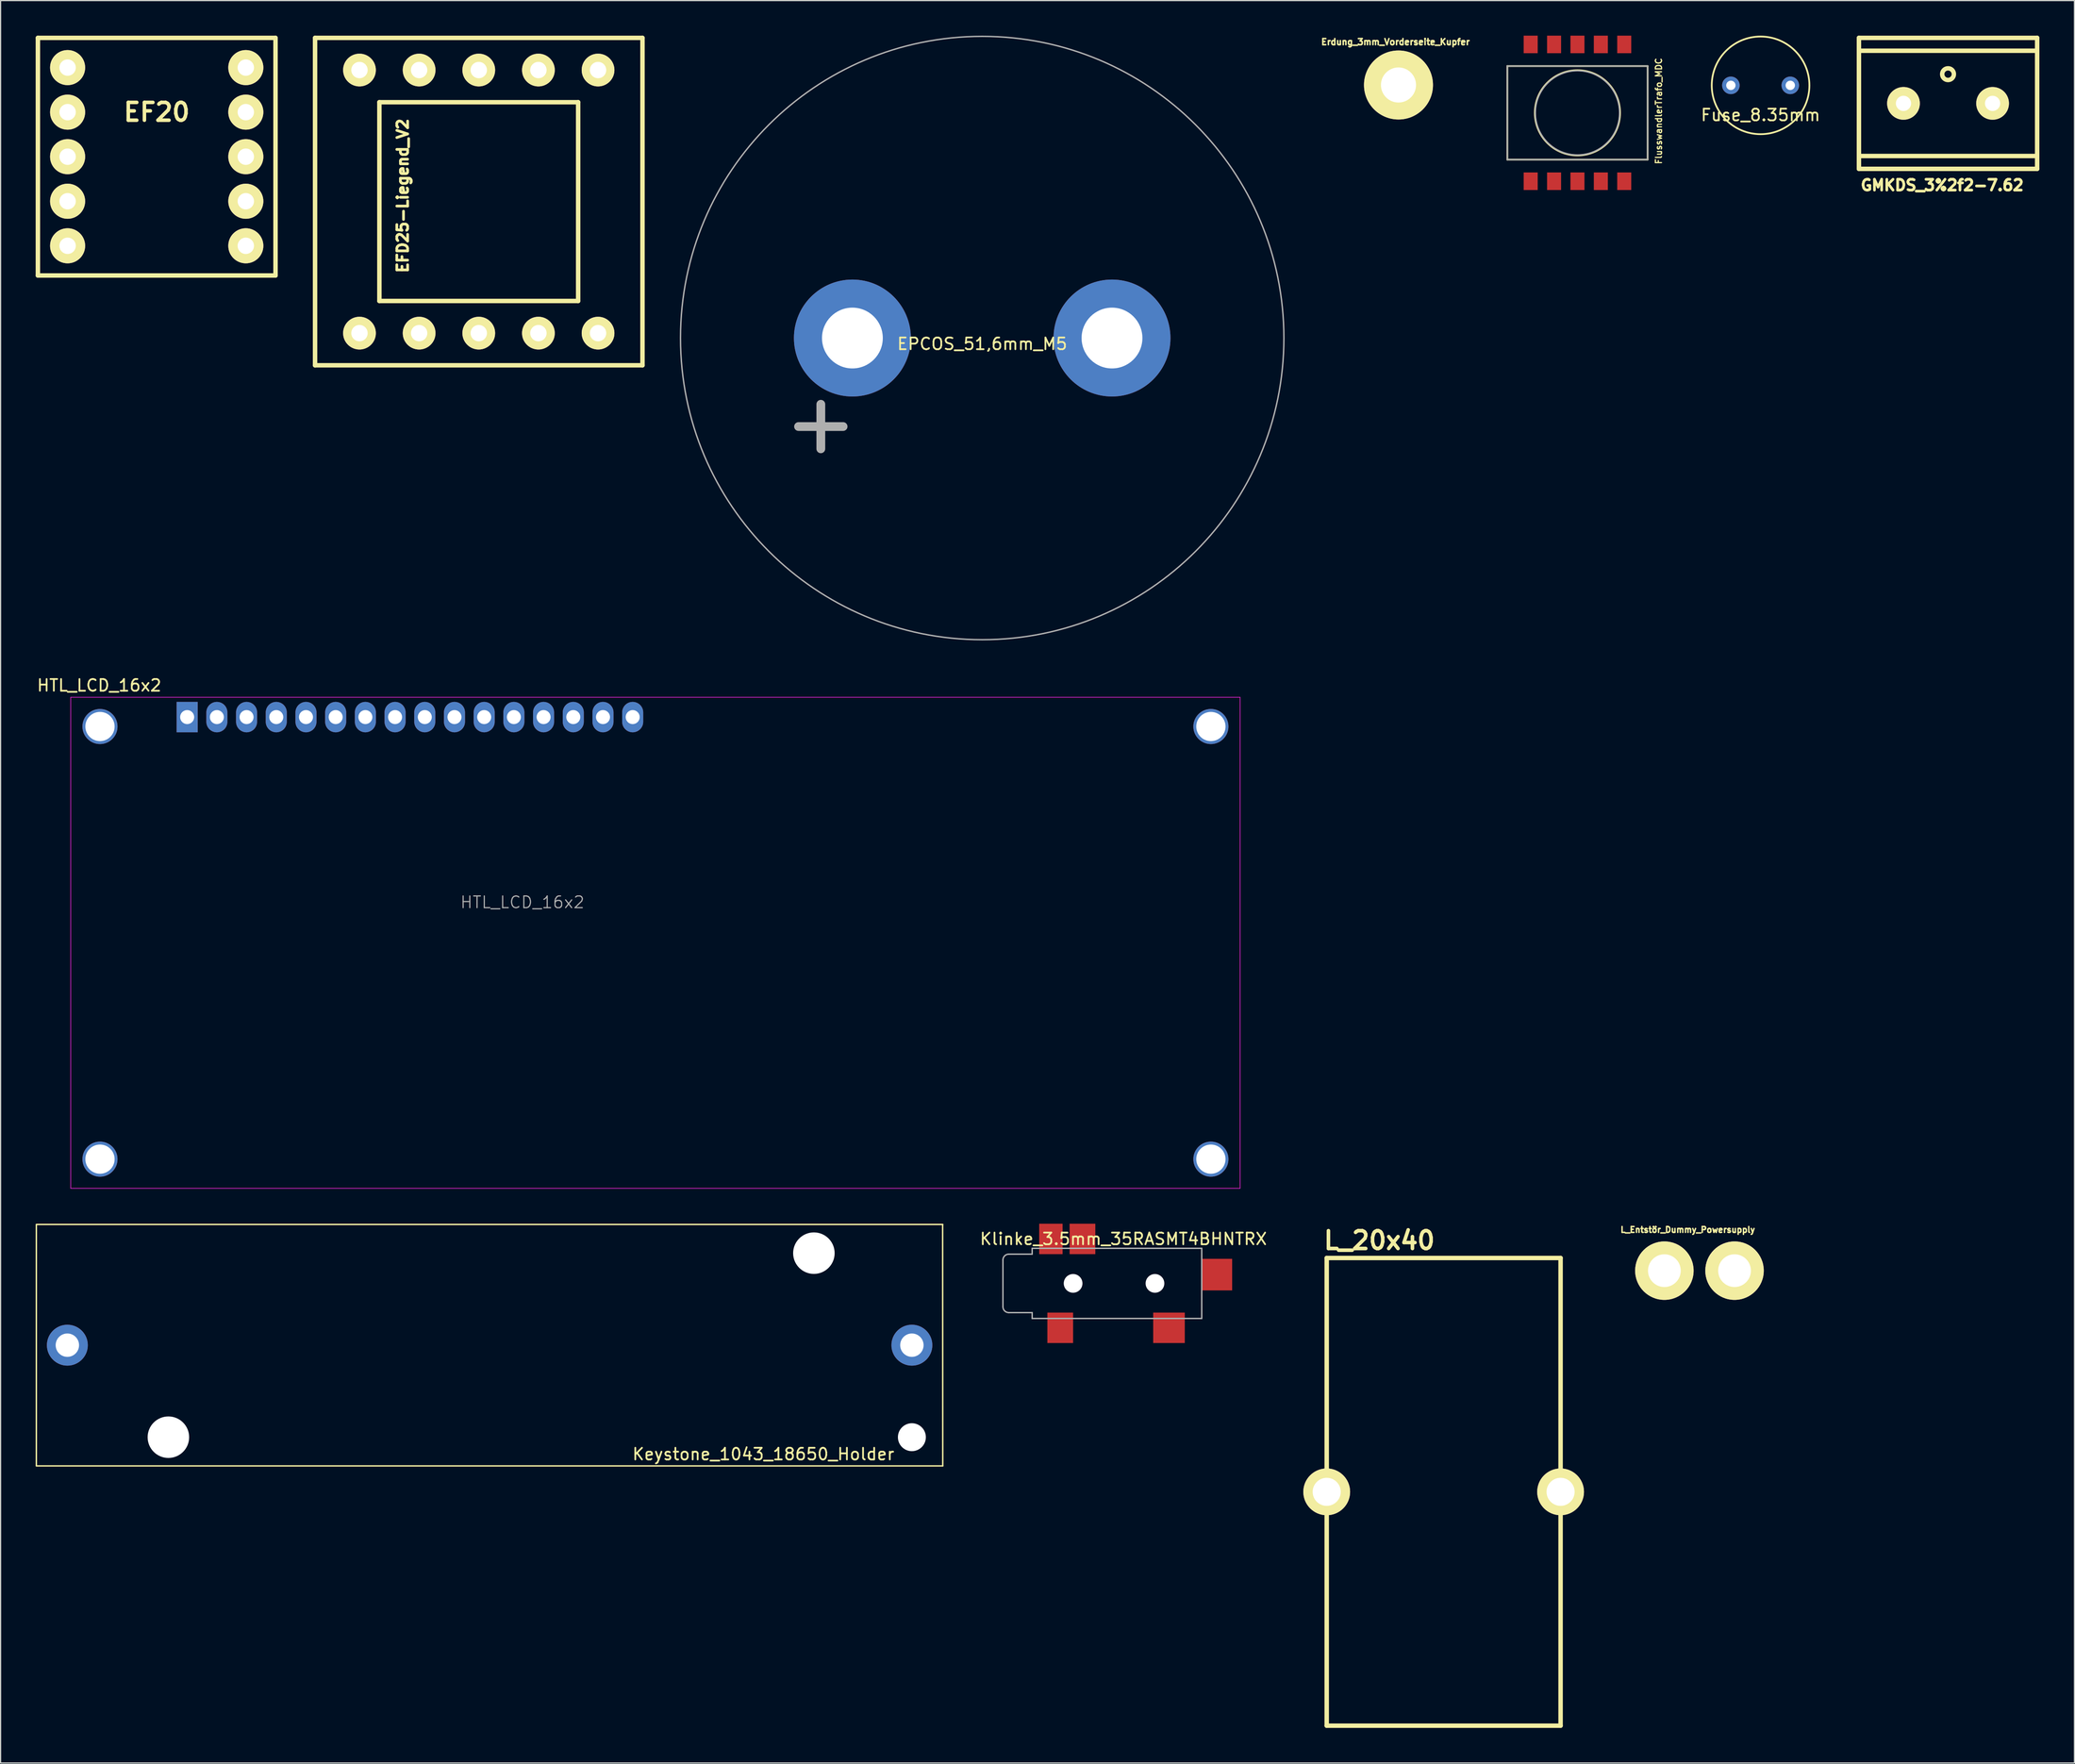
<source format=kicad_pcb>
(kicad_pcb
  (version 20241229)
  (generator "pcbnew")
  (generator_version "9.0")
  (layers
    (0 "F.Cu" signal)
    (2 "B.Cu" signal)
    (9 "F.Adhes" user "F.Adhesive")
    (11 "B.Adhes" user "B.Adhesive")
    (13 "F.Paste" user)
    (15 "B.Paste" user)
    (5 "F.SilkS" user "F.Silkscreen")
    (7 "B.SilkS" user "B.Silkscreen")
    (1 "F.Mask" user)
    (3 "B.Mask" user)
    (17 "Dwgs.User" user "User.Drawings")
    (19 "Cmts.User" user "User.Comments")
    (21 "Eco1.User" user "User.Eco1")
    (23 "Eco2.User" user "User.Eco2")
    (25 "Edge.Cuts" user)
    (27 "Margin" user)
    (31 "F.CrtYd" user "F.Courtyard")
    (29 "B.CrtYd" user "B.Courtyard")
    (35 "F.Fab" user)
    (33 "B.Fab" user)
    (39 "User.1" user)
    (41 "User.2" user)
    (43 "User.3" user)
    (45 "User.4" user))
  (footprint "L_20x40"
    (layer "F.Cu")
    (at 120.404 124.537)
    (property "Reference" "L_20x40" (at -5.499 -21.501 0) (layer "F.SilkS") (effects (font (size 1.524 1.524) (thickness 0.305))))
    (attr through_hole)
    (fp_line (start -10 -20) (end -10 20) (stroke (width 0.381) (type solid)) (layer "F.SilkS"))
    (fp_line (start -10 20) (end 10 20) (stroke (width 0.381) (type solid)) (layer "F.SilkS"))
    (fp_line (start 10 -20) (end -10 -20) (stroke (width 0.381) (type solid)) (layer "F.SilkS"))
    (fp_line (start 10 20) (end 10 -20) (stroke (width 0.381) (type solid)) (layer "F.SilkS"))
    (pad "1" thru_hole circle (at 10 0) (size 4 4) (drill 2.4) (layers "*.Cu" "*.Mask" "F.SilkS"))
    (pad "2" thru_hole circle (at -10 0) (size 4 4) (drill 2.4) (layers "*.Cu" "*.Mask" "F.SilkS")))
  (footprint "L_Entstör_Dummy_Powersupply"
    (layer "F.Cu")
    (at 142.28 105.621)
    (property "Reference" "L_Entstör_Dummy_Powersupply" (at -1 -3.5 0) (layer "F.SilkS") (effects (font (size 0.5 0.5) (thickness 0.125))))
    (attr through_hole)
    (pad "1" thru_hole circle (at -3 0 180) (size 5 5) (drill 2.8) (layers "*.Cu" "*.Mask" "F.SilkS"))
    (pad "2" thru_hole circle (at 3 0 180) (size 5 5) (drill 2.8) (layers "*.Cu" "*.Mask" "F.SilkS")))
  (footprint "GMKDS_3%2f2-7.62"
    (layer "F.Cu")
    (at 163.537 5.791)
    (property "Reference" "GMKDS_3%2f2-7.62" (at -0.5 7 0) (layer "F.SilkS") (effects (font (size 0.925 0.925) (thickness 0.231))))
    (attr through_hole)
    (fp_line (start -7.62 -5.601) (end 7.62 -5.601) (stroke (width 0.381) (type solid)) (layer "F.SilkS"))
    (fp_line (start -7.62 5.601) (end -7.62 -5.601) (stroke (width 0.381) (type solid)) (layer "F.SilkS"))
    (fp_line (start -7.501 -4.501) (end 7.501 -4.501) (stroke (width 0.381) (type solid)) (layer "F.SilkS"))
    (fp_line (start -7.501 4.501) (end 7.501 4.501) (stroke (width 0.381) (type solid)) (layer "F.SilkS"))
    (fp_line (start 7.62 -5.601) (end 7.62 5.601) (stroke (width 0.381) (type solid)) (layer "F.SilkS"))
    (fp_line (start 7.62 5.601) (end -7.62 5.601) (stroke (width 0.381) (type solid)) (layer "F.SilkS"))
    (fp_circle (center 0 -2.499) (end 0.5 -2.499) (stroke (width 0.381) (type solid)) (fill no) (layer "F.SilkS"))
    (pad "1" thru_hole circle (at -3.81 0) (size 2.799 2.799) (drill 1.3) (layers "*.Cu" "*.Mask" "F.SilkS"))
    (pad "2" thru_hole circle (at 3.81 0) (size 2.799 2.799) (drill 1.3) (layers "*.Cu" "*.Mask" "F.SilkS")))
  (footprint "HTL_LCD_16x2"
    (layer "F.Cu")
    (at 3 56.584)
    (property "Reference" "HTL_LCD_16x2" (at 2.435 -1.016 0) (layer "F.SilkS") (effects (font (size 1 1) (thickness 0.15))))
    (attr through_hole)
    (fp_line (start 5 6) (end 5 36) (stroke (width 0.12) (type solid)) (layer "Eco1.User"))
    (fp_line (start 5 6) (end 95 6) (stroke (width 0.12) (type solid)) (layer "Eco1.User"))
    (fp_line (start 5 36) (end 95 36) (stroke (width 0.12) (type solid)) (layer "Eco1.User"))
    (fp_line (start 10 11) (end 10 31) (stroke (width 0.12) (type solid)) (layer "Eco1.User"))
    (fp_line (start 10 11) (end 90 11) (stroke (width 0.12) (type solid)) (layer "Eco1.User"))
    (fp_line (start 90 11) (end 90 31) (stroke (width 0.12) (type solid)) (layer "Eco1.User"))
    (fp_line (start 90 31) (end 10 31) (stroke (width 0.12) (type solid)) (layer "Eco1.User"))
    (fp_line (start 95 36) (end 95 6) (stroke (width 0.12) (type solid)) (layer "Eco1.User"))
    (fp_line (start 0 0) (end 0 42) (stroke (width 0.05) (type solid)) (layer "F.CrtYd"))
    (fp_line (start 0 0) (end 100 0) (stroke (width 0.05) (type solid)) (layer "F.CrtYd"))
    (fp_line (start 0 42) (end 100 42) (stroke (width 0.05) (type solid)) (layer "F.CrtYd"))
    (fp_line (start 100 0) (end 100 42) (stroke (width 0.05) (type solid)) (layer "F.CrtYd"))
    (fp_text user "${REFERENCE}" (at 38.625 17.534 0) (layer "F.Fab") (effects (font (size 1 1) (thickness 0.1))))
    (pad "" thru_hole circle (at 2.5 2.5) (size 3 3) (drill 2.5) (layers "*.Cu" "*.Mask"))
    (pad "" thru_hole circle (at 2.5 39.5) (size 3 3) (drill 2.5) (layers "*.Cu" "*.Mask"))
    (pad "" thru_hole circle (at 97.5 2.5) (size 3 3) (drill 2.5) (layers "*.Cu" "*.Mask"))
    (pad "" thru_hole circle (at 97.5 39.5) (size 3 3) (drill 2.5) (layers "*.Cu" "*.Mask"))
    (pad "1" thru_hole rect (at 9.955 1.694) (size 1.8 2.6) (drill 1.2) (layers "*.Cu" "*.Mask"))
    (pad "2" thru_hole oval (at 12.495 1.694) (size 1.8 2.6) (drill 1.2) (layers "*.Cu" "*.Mask"))
    (pad "3" thru_hole oval (at 15.035 1.694) (size 1.8 2.6) (drill 1.2) (layers "*.Cu" "*.Mask"))
    (pad "4" thru_hole oval (at 17.575 1.694) (size 1.8 2.6) (drill 1.2) (layers "*.Cu" "*.Mask"))
    (pad "5" thru_hole oval (at 20.115 1.694) (size 1.8 2.6) (drill 1.2) (layers "*.Cu" "*.Mask"))
    (pad "6" thru_hole oval (at 22.655 1.694) (size 1.8 2.6) (drill 1.2) (layers "*.Cu" "*.Mask"))
    (pad "7" thru_hole oval (at 25.195 1.694) (size 1.8 2.6) (drill 1.2) (layers "*.Cu" "*.Mask"))
    (pad "8" thru_hole oval (at 27.735 1.694) (size 1.8 2.6) (drill 1.2) (layers "*.Cu" "*.Mask"))
    (pad "9" thru_hole oval (at 30.275 1.694) (size 1.8 2.6) (drill 1.2) (layers "*.Cu" "*.Mask"))
    (pad "10" thru_hole oval (at 32.815 1.694) (size 1.8 2.6) (drill 1.2) (layers "*.Cu" "*.Mask"))
    (pad "11" thru_hole oval (at 35.355 1.694) (size 1.8 2.6) (drill 1.2) (layers "*.Cu" "*.Mask"))
    (pad "12" thru_hole oval (at 37.895 1.694) (size 1.8 2.6) (drill 1.2) (layers "*.Cu" "*.Mask"))
    (pad "13" thru_hole oval (at 40.435 1.694) (size 1.8 2.6) (drill 1.2) (layers "*.Cu" "*.Mask"))
    (pad "14" thru_hole oval (at 42.975 1.694) (size 1.8 2.6) (drill 1.2) (layers "*.Cu" "*.Mask"))
    (pad "15" thru_hole oval (at 45.515 1.694) (size 1.8 2.6) (drill 1.2) (layers "*.Cu" "*.Mask"))
    (pad "16" thru_hole oval (at 48.055 1.694) (size 1.8 2.6) (drill 1.2) (layers "*.Cu" "*.Mask")))
  (footprint "Erdung_3mm_Vorderseite_Kupfer"
    (layer "F.Cu")
    (at 116.542 4.219)
    (property "Reference" "Erdung_3mm_Vorderseite_Kupfer" (at -0.254 -3.683 0) (layer "F.SilkS") (effects (font (size 0.523 0.523) (thickness 0.132))))
    (attr through_hole)
    (pad "1" thru_hole circle (at 0 0) (size 5.9 5.9) (drill 3) (layers "*.Cu" "*.Mask" "F.SilkS")))
  (footprint "EFD25-Liegend_V2"
    (layer "F.Cu")
    (at 37.892 14.191)
    (property "Reference" "EFD25-Liegend_V2" (at -6.5 -0.5 90) (layer "F.SilkS") (effects (font (size 0.925 0.925) (thickness 0.231))))
    (attr through_hole)
    (fp_line (start -14 -14) (end 14 -14) (stroke (width 0.381) (type solid)) (layer "F.SilkS"))
    (fp_line (start -14 14) (end -14 -14) (stroke (width 0.381) (type solid)) (layer "F.SilkS"))
    (fp_line (start -8.499 -8.499) (end 8.499 -8.499) (stroke (width 0.381) (type solid)) (layer "F.SilkS"))
    (fp_line (start -8.499 8.499) (end -8.499 -8.499) (stroke (width 0.381) (type solid)) (layer "F.SilkS"))
    (fp_line (start 8.499 -8.499) (end 8.499 8.499) (stroke (width 0.381) (type solid)) (layer "F.SilkS"))
    (fp_line (start 8.499 8.499) (end -8.499 8.499) (stroke (width 0.381) (type solid)) (layer "F.SilkS"))
    (fp_line (start 14 -14) (end 14 14) (stroke (width 0.381) (type solid)) (layer "F.SilkS"))
    (fp_line (start 14 14) (end -14 14) (stroke (width 0.381) (type solid)) (layer "F.SilkS"))
    (pad "1" thru_hole circle (at -10.201 11.25) (size 2.799 2.799) (drill 1.4) (layers "*.Cu" "*.Mask" "F.SilkS"))
    (pad "2" thru_hole circle (at -5.1 11.25) (size 2.799 2.799) (drill 1.4) (layers "*.Cu" "*.Mask" "F.SilkS"))
    (pad "3" thru_hole circle (at 0 11.25) (size 2.799 2.799) (drill 1.4) (layers "*.Cu" "*.Mask" "F.SilkS"))
    (pad "4" thru_hole circle (at 5.1 11.25) (size 2.799 2.799) (drill 1.4) (layers "*.Cu" "*.Mask" "F.SilkS"))
    (pad "5" thru_hole circle (at 10.201 11.25) (size 2.799 2.799) (drill 1.4) (layers "*.Cu" "*.Mask" "F.SilkS"))
    (pad "6" thru_hole circle (at 10.201 -11.25) (size 2.799 2.799) (drill 1.4) (layers "*.Cu" "*.Mask" "F.SilkS"))
    (pad "7" thru_hole circle (at 5.1 -11.25) (size 2.799 2.799) (drill 1.4) (layers "*.Cu" "*.Mask" "F.SilkS"))
    (pad "8" thru_hole circle (at 0 -11.25) (size 2.799 2.799) (drill 1.4) (layers "*.Cu" "*.Mask" "F.SilkS"))
    (pad "9" thru_hole circle (at -5.1 -11.25) (size 2.799 2.799) (drill 1.4) (layers "*.Cu" "*.Mask" "F.SilkS"))
    (pad "10" thru_hole circle (at -10.201 -11.25) (size 2.799 2.799) (drill 1.4) (layers "*.Cu" "*.Mask" "F.SilkS")))
  (footprint "EPCOS_51,6mm_M5"
    (layer "F.Cu")
    (at 80.943 25.86)
    (property "Reference" "EPCOS_51,6mm_M5" (at 0 0.5 0) (layer "F.SilkS") (effects (font (size 1 1) (thickness 0.15))))
    (attr through_hole)
    (fp_circle (center 0 0) (end 25.8 0) (stroke (width 0.12) (type solid)) (fill no) (layer "F.Fab"))
    (fp_text user "+" (at -13.8 7.2 0) (layer "F.Fab") (effects (font (size 5 5) (thickness 0.75))))
    (pad "1" thru_hole circle (at -11.1 0) (size 10 10) (drill 5.2) (layers "*.Cu" "*.Mask"))
    (pad "2" thru_hole circle (at 11.1 0) (size 10 10) (drill 5.2) (layers "*.Cu" "*.Mask")))
  (footprint "Keystone_1043_18650_Holder"
    (layer "F.Cu")
    (at 38.82 111.994)
    (property "Reference" "Keystone_1043_18650_Holder" (at 23.41 9.32 0) (layer "F.SilkS") (effects (font (size 1 1) (thickness 0.15))))
    (attr through_hole)
    (fp_line (start -38.76 10.32) (end -38.76 -10.32) (stroke (width 0.12) (type solid)) (layer "F.SilkS"))
    (fp_line (start -38.75 -10.325) (end 38.75 -10.325) (stroke (width 0.12) (type solid)) (layer "F.SilkS"))
    (fp_line (start -38.75 10.325) (end 38.75 10.325) (stroke (width 0.12) (type solid)) (layer "F.SilkS"))
    (fp_line (start 38.74 -10.32) (end 38.75 10.32) (stroke (width 0.12) (type solid)) (layer "F.SilkS"))
    (pad "" np_thru_hole circle (at -27.47 7.87 90) (size 3.55 3.55) (drill 3.55) (layers "*.Cu" "*.Mask"))
    (pad "" np_thru_hole circle (at 27.73 -7.87 90) (size 3.55 3.55) (drill 3.55) (layers "*.Cu" "*.Mask"))
    (pad "" np_thru_hole circle (at 36.11 7.87 90) (size 2.39 2.39) (drill 2.39) (layers "*.Cu" "*.Mask"))
    (pad "1" thru_hole circle (at 36.11 0 90) (size 3.5 3.5) (drill 2) (layers "*.Cu" "*.Mask"))
    (pad "2" thru_hole circle (at -36.11 0 90) (size 3.5 3.5) (drill 2) (layers "*.Cu" "*.Mask")))
  (footprint "EF20"
    (layer "F.Cu")
    (at 10.351 10.351)
    (property "Reference" "EF20" (at 0 -3.81 0) (layer "F.SilkS") (effects (font (size 1.524 1.524) (thickness 0.305))))
    (attr through_hole)
    (fp_line (start -10.16 -10.16) (end 10.16 -10.16) (stroke (width 0.381) (type solid)) (layer "F.SilkS"))
    (fp_line (start -10.16 10.16) (end -10.16 -10.16) (stroke (width 0.381) (type solid)) (layer "F.SilkS"))
    (fp_line (start 10.16 -10.16) (end 10.16 10.16) (stroke (width 0.381) (type solid)) (layer "F.SilkS"))
    (fp_line (start 10.16 10.16) (end -10.16 10.16) (stroke (width 0.381) (type solid)) (layer "F.SilkS"))
    (pad "1" thru_hole circle (at -7.62 -7.62) (size 3 3) (drill 1.4) (layers "*.Cu" "*.Mask" "F.SilkS"))
    (pad "2" thru_hole circle (at -7.62 -3.81) (size 3 3) (drill 1.4) (layers "*.Cu" "*.Mask" "F.SilkS"))
    (pad "3" thru_hole circle (at -7.62 0) (size 3 3) (drill 1.4) (layers "*.Cu" "*.Mask" "F.SilkS"))
    (pad "4" thru_hole circle (at -7.62 3.81) (size 3 3) (drill 1.4) (layers "*.Cu" "*.Mask" "F.SilkS"))
    (pad "5" thru_hole circle (at -7.62 7.62) (size 3 3) (drill 1.4) (layers "*.Cu" "*.Mask" "F.SilkS"))
    (pad "6" thru_hole circle (at 7.62 7.62) (size 3 3) (drill 1.4) (layers "*.Cu" "*.Mask" "F.SilkS"))
    (pad "7" thru_hole circle (at 7.62 3.81) (size 3 3) (drill 1.4) (layers "*.Cu" "*.Mask" "F.SilkS"))
    (pad "8" thru_hole circle (at 7.62 0) (size 3 3) (drill 1.4) (layers "*.Cu" "*.Mask" "F.SilkS"))
    (pad "9" thru_hole circle (at 7.62 -3.81) (size 3 3) (drill 1.4) (layers "*.Cu" "*.Mask" "F.SilkS"))
    (pad "10" thru_hole circle (at 7.62 -7.62) (size 3 3) (drill 1.4) (layers "*.Cu" "*.Mask" "F.SilkS")))
  (footprint "Klinke_3.5mm_35RASMT4BHNTRX"
    (layer "F.Cu")
    (at 85.217 106.709)
    (property "Reference" "Klinke_3.5mm_35RASMT4BHNTRX" (at 7.8 -3.8 0) (layer "F.SilkS") (effects (font (size 1 1) (thickness 0.15))))
    (attr through_hole)
    (fp_line (start -2.5 2) (end -2.5 -2) (stroke (width 0.12) (type solid)) (layer "F.Fab"))
    (fp_line (start -2 -2.5) (end 0 -2.5) (stroke (width 0.12) (type solid)) (layer "F.Fab"))
    (fp_line (start 0 -3) (end 14.5 -3) (stroke (width 0.12) (type solid)) (layer "F.Fab"))
    (fp_line (start 0 -2.5) (end 0 -3) (stroke (width 0.12) (type solid)) (layer "F.Fab"))
    (fp_line (start 0 2.5) (end -2 2.5) (stroke (width 0.12) (type solid)) (layer "F.Fab"))
    (fp_line (start 0 3) (end 0 2.5) (stroke (width 0.12) (type solid)) (layer "F.Fab"))
    (fp_line (start 14.5 -3) (end 14.5 3) (stroke (width 0.12) (type solid)) (layer "F.Fab"))
    (fp_line (start 14.5 3) (end 0 3) (stroke (width 0.12) (type solid)) (layer "F.Fab"))
    (fp_arc (start -2.5 -2) (mid -2.353553 -2.353553) (end -2 -2.5) (stroke (width 0.12) (type solid)) (layer "F.Fab"))
    (fp_arc (start -2 2.5) (mid -2.353553 2.353553) (end -2.5 2) (stroke (width 0.12) (type solid)) (layer "F.Fab"))
    (pad "" np_thru_hole circle (at 3.5 0) (size 1.6 1.6) (drill 1.6) (layers "*.Cu" "*.Mask"))
    (pad "" np_thru_hole circle (at 10.5 0) (size 1.6 1.6) (drill 1.6) (layers "*.Cu" "*.Mask"))
    (pad "R" smd rect (at 4.3 -3.8) (size 2.2 2.6) (layers "F.Cu" "F.Mask" "F.Paste"))
    (pad "RN" smd rect (at 1.6 -3.8) (size 2 2.6) (layers "F.Cu" "F.Mask" "F.Paste"))
    (pad "S" smd rect (at 2.4 3.8) (size 2.2 2.6) (layers "F.Cu" "F.Mask" "F.Paste"))
    (pad "T" smd rect (at 11.7 3.8) (size 2.7 2.6) (layers "F.Cu" "F.Mask" "F.Paste"))
    (pad "TN" smd rect (at 15.8 -0.75) (size 2.6 2.7) (layers "F.Cu" "F.Mask" "F.Paste")))
  (footprint "FlusswandlerTrafo_MDC"
    (layer "F.Cu")
    (at 131.847 6.6)
    (property "Reference" "FlusswandlerTrafo_MDC" (at 6.949 -0.15 90) (layer "F.SilkS") (effects (font (size 0.523 0.523) (thickness 0.104))))
    (attr through_hole)
    (fp_line (start -5.999 -4) (end 5.999 -4) (stroke (width 0.15) (type solid)) (layer "F.SilkS"))
    (fp_line (start -5.999 4) (end -5.999 -4) (stroke (width 0.15) (type solid)) (layer "F.SilkS"))
    (fp_line (start 5.999 -4) (end 5.999 4) (stroke (width 0.15) (type solid)) (layer "F.SilkS"))
    (fp_line (start 5.999 4) (end -5.999 4) (stroke (width 0.15) (type solid)) (layer "F.SilkS"))
    (fp_circle (center 0 0) (end 2.649 2.499) (stroke (width 0.15) (type solid)) (fill no) (layer "F.SilkS"))
    (fp_line (start -6 -4) (end 6 -4) (stroke (width 0.12) (type solid)) (layer "F.Fab"))
    (fp_line (start -6 4) (end -6 -4) (stroke (width 0.12) (type solid)) (layer "F.Fab"))
    (fp_line (start 6 -4) (end 6 4) (stroke (width 0.12) (type solid)) (layer "F.Fab"))
    (fp_line (start 6 4) (end -6 4) (stroke (width 0.12) (type solid)) (layer "F.Fab"))
    (fp_circle (center 0 0) (end 2 -3) (stroke (width 0.12) (type solid)) (fill no) (layer "F.Fab"))
    (pad "1" smd rect (at -4 5.85) (size 1.199 1.501) (layers "F.Cu" "F.Mask" "F.Paste"))
    (pad "2" smd rect (at -1.999 5.85) (size 1.199 1.501) (layers "F.Cu" "F.Mask" "F.Paste"))
    (pad "3" smd rect (at 0 5.85) (size 1.199 1.501) (layers "F.Cu" "F.Mask" "F.Paste"))
    (pad "4" smd rect (at 1.999 5.85) (size 1.199 1.501) (layers "F.Cu" "F.Mask" "F.Paste"))
    (pad "5" smd rect (at 4 5.85) (size 1.199 1.501) (layers "F.Cu" "F.Mask" "F.Paste"))
    (pad "6" smd rect (at 4 -5.85) (size 1.199 1.501) (layers "F.Cu" "F.Mask" "F.Paste"))
    (pad "7" smd rect (at 1.999 -5.85) (size 1.199 1.501) (layers "F.Cu" "F.Mask" "F.Paste"))
    (pad "8" smd rect (at 0 -5.85) (size 1.199 1.501) (layers "F.Cu" "F.Mask" "F.Paste"))
    (pad "9" smd rect (at -1.999 -5.85) (size 1.199 1.501) (layers "F.Cu" "F.Mask" "F.Paste"))
    (pad "10" smd rect (at -4 -5.85) (size 1.199 1.501) (layers "F.Cu" "F.Mask" "F.Paste")))
  (footprint "Fuse_8.35mm"
    (layer "F.Cu")
    (at 147.506 4.25)
    (property "Reference" "Fuse_8.35mm" (at 0 2.54 0) (layer "F.SilkS") (effects (font (size 1 1) (thickness 0.15))))
    (attr through_hole)
    (fp_circle (center 0 0) (end 4.175 0) (stroke (width 0.15) (type solid)) (fill no) (layer "F.SilkS"))
    (pad "1" thru_hole circle (at -2.54 0) (size 1.5 1.5) (drill 0.8) (layers "*.Cu" "*.Mask"))
    (pad "2" thru_hole circle (at 2.54 0) (size 1.5 1.5) (drill 0.8) (layers "*.Cu" "*.Mask")))
  (gr_rect
    (start -3 -3)
    (end 174.347 147.727)
    (stroke (width 0.1) (type default))
    (fill no)
    (layer "Edge.Cuts")))
</source>
